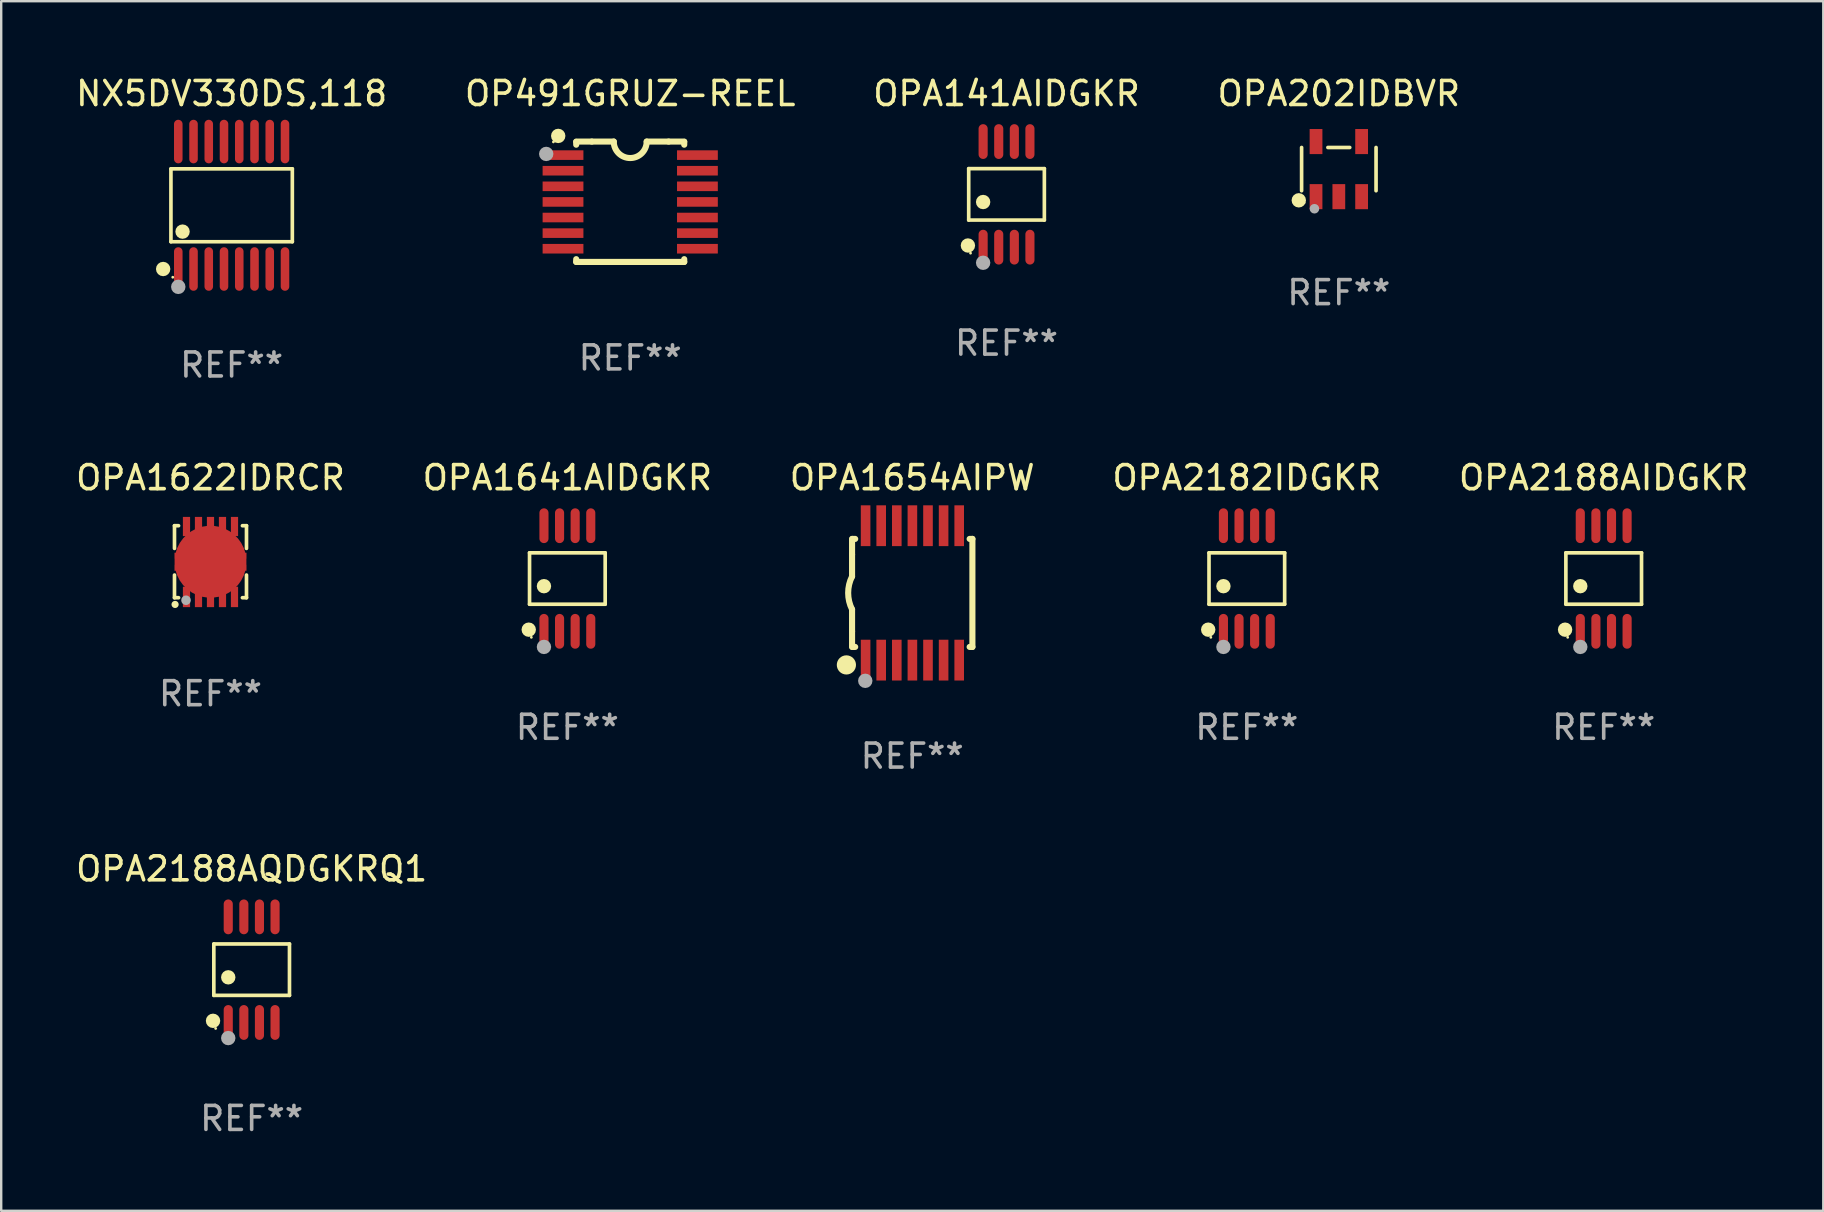
<source format=kicad_pcb>
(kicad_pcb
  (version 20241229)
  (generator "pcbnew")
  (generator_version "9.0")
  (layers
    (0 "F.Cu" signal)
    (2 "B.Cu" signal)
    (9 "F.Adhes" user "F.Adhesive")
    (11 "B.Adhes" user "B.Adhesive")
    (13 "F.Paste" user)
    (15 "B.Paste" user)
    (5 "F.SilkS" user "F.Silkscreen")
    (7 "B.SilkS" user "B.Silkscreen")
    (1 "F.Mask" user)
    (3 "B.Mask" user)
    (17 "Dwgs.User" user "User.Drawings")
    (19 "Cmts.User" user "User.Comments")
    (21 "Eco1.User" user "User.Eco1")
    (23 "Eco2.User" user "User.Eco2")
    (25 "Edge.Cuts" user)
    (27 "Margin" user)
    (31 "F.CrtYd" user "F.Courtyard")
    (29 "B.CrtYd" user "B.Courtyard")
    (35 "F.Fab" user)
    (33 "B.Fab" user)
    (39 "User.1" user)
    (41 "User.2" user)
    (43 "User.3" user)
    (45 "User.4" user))
  (footprint "OPA2188AQDGKRQ1"
    (layer "F.Cu")
    (at 7.435 37.351)
    (property "Reference" "OPA2188AQDGKRQ1" (at 0 -4.2 0) (layer "F.SilkS") (effects (font (size 1 1) (thickness 0.15))))
    (attr through_hole)
    (fp_line (start -1.576 -1.071) (end 1.576 -1.071) (stroke (width 0.152) (type solid)) (layer "F.SilkS"))
    (fp_line (start -1.576 1.071) (end -1.576 -1.071) (stroke (width 0.152) (type solid)) (layer "F.SilkS"))
    (fp_line (start 1.576 -1.071) (end 1.576 1.071) (stroke (width 0.152) (type solid)) (layer "F.SilkS"))
    (fp_line (start 1.576 1.071) (end -1.576 1.071) (stroke (width 0.152) (type solid)) (layer "F.SilkS"))
    (fp_circle (center -1.609 2.131) (end -1.459 2.131) (stroke (width 0.3) (type solid)) (fill no) (layer "F.SilkS"))
    (fp_circle (center -1.5 2.45) (end -1.47 2.45) (stroke (width 0.06) (type solid)) (fill no) (layer "F.SilkS"))
    (fp_circle (center -0.975 0.319) (end -0.825 0.319) (stroke (width 0.3) (type solid)) (fill no) (layer "F.SilkS"))
    (fp_circle (center -0.975 2.85) (end -0.825 2.85) (stroke (width 0.3) (type solid)) (fill no) (layer "F.Fab"))
    (fp_text user "REF**" (at 0 6.2 0) (layer "F.Fab") (effects (font (size 1 1) (thickness 0.15))))
    (pad "1" smd oval (at -0.975 2.2) (size 0.38 1.45) (layers "F.Cu" "F.Mask" "F.Paste"))
    (pad "2" smd oval (at -0.325 2.2) (size 0.38 1.45) (layers "F.Cu" "F.Mask" "F.Paste"))
    (pad "3" smd oval (at 0.325 2.2) (size 0.38 1.45) (layers "F.Cu" "F.Mask" "F.Paste"))
    (pad "4" smd oval (at 0.975 2.2) (size 0.38 1.45) (layers "F.Cu" "F.Mask" "F.Paste"))
    (pad "5" smd oval (at 0.975 -2.2) (size 0.38 1.45) (layers "F.Cu" "F.Mask" "F.Paste"))
    (pad "6" smd oval (at 0.325 -2.2) (size 0.38 1.45) (layers "F.Cu" "F.Mask" "F.Paste"))
    (pad "7" smd oval (at -0.325 -2.2) (size 0.38 1.45) (layers "F.Cu" "F.Mask" "F.Paste"))
    (pad "8" smd oval (at -0.975 -2.2) (size 0.38 1.45) (layers "F.Cu" "F.Mask" "F.Paste")))
  (footprint "OPA1654AIPW"
    (layer "F.Cu")
    (at 34.958 21.654)
    (property "Reference" "OPA1654AIPW" (at 0 -4.8 0) (layer "F.SilkS") (effects (font (size 1 1) (thickness 0.15))))
    (attr through_hole)
    (fp_line (start -2.507 -1.6) (end -2.507 -2.25) (stroke (width 0.254) (type solid)) (layer "F.SilkS"))
    (fp_line (start -2.507 -0.686) (end -2.507 -1.6) (stroke (width 0.254) (type solid)) (layer "F.SilkS"))
    (fp_line (start -2.507 1.6) (end -2.507 0.686) (stroke (width 0.254) (type solid)) (layer "F.SilkS"))
    (fp_line (start -2.507 1.6) (end -2.507 2.25) (stroke (width 0.254) (type solid)) (layer "F.SilkS"))
    (fp_line (start -2.493 -2.25) (end -2.377 -2.25) (stroke (width 0.254) (type solid)) (layer "F.SilkS"))
    (fp_line (start -2.377 2.25) (end -2.493 2.25) (stroke (width 0.254) (type solid)) (layer "F.SilkS"))
    (fp_line (start 2.392 -2.25) (end 2.507 -2.25) (stroke (width 0.254) (type solid)) (layer "F.SilkS"))
    (fp_line (start 2.507 -2.25) (end 2.507 2.25) (stroke (width 0.254) (type solid)) (layer "F.SilkS"))
    (fp_line (start 2.507 2.25) (end 2.392 2.25) (stroke (width 0.254) (type solid)) (layer "F.SilkS"))
    (fp_arc (start -2.507303 0.685802) (mid -2.669199 0) (end -2.507303 -0.685801) (stroke (width 0.254001) (type solid)) (layer "F.SilkS"))
    (fp_circle (center -2.743 3) (end -2.543 3) (stroke (width 0.4) (type solid)) (fill no) (layer "F.SilkS"))
    (fp_circle (center -2.493 3.2) (end -2.463 3.2) (stroke (width 0.06) (type solid)) (fill no) (layer "F.SilkS"))
    (fp_circle (center -1.957 3.662) (end -1.807 3.662) (stroke (width 0.3) (type solid)) (fill no) (layer "F.Fab"))
    (fp_text user "REF**" (at 0 6.8 0) (layer "F.Fab") (effects (font (size 1 1) (thickness 0.15))))
    (pad "1" smd rect (at -1.943 2.8) (size 0.4 1.7) (layers "F.Cu" "F.Mask" "F.Paste"))
    (pad "2" smd rect (at -1.293 2.8) (size 0.4 1.7) (layers "F.Cu" "F.Mask" "F.Paste"))
    (pad "3" smd rect (at -0.643 2.8) (size 0.4 1.7) (layers "F.Cu" "F.Mask" "F.Paste"))
    (pad "4" smd rect (at 0.007 2.8) (size 0.4 1.7) (layers "F.Cu" "F.Mask" "F.Paste"))
    (pad "5" smd rect (at 0.657 2.8) (size 0.4 1.7) (layers "F.Cu" "F.Mask" "F.Paste"))
    (pad "6" smd rect (at 1.307 2.8) (size 0.4 1.7) (layers "F.Cu" "F.Mask" "F.Paste"))
    (pad "7" smd rect (at 1.957 2.8) (size 0.4 1.7) (layers "F.Cu" "F.Mask" "F.Paste"))
    (pad "8" smd rect (at 1.957 -2.8) (size 0.4 1.7) (layers "F.Cu" "F.Mask" "F.Paste"))
    (pad "9" smd rect (at 1.307 -2.8) (size 0.4 1.7) (layers "F.Cu" "F.Mask" "F.Paste"))
    (pad "10" smd rect (at 0.657 -2.8) (size 0.4 1.7) (layers "F.Cu" "F.Mask" "F.Paste"))
    (pad "11" smd rect (at 0.007 -2.8) (size 0.4 1.7) (layers "F.Cu" "F.Mask" "F.Paste"))
    (pad "12" smd rect (at -0.643 -2.8) (size 0.4 1.7) (layers "F.Cu" "F.Mask" "F.Paste"))
    (pad "13" smd rect (at -1.293 -2.8) (size 0.4 1.7) (layers "F.Cu" "F.Mask" "F.Paste"))
    (pad "14" smd rect (at -1.943 -2.8) (size 0.4 1.7) (layers "F.Cu" "F.Mask" "F.Paste")))
  (footprint "NX5DV330DS,118"
    (layer "F.Cu")
    (at 6.601 5.503)
    (property "Reference" "NX5DV330DS,118" (at 0 -4.655 0) (layer "F.SilkS") (effects (font (size 1 1) (thickness 0.15))))
    (attr through_hole)
    (fp_line (start -2.529 -1.519) (end 2.529 -1.519) (stroke (width 0.152) (type solid)) (layer "F.SilkS"))
    (fp_line (start -2.529 1.519) (end -2.529 -1.519) (stroke (width 0.152) (type solid)) (layer "F.SilkS"))
    (fp_line (start 2.529 -1.519) (end 2.529 1.519) (stroke (width 0.152) (type solid)) (layer "F.SilkS"))
    (fp_line (start 2.529 1.519) (end -2.529 1.519) (stroke (width 0.152) (type solid)) (layer "F.SilkS"))
    (fp_circle (center -2.853 2.655) (end -2.703 2.655) (stroke (width 0.3) (type solid)) (fill no) (layer "F.SilkS"))
    (fp_circle (center -2.453 2.998) (end -2.423 2.998) (stroke (width 0.06) (type solid)) (fill no) (layer "F.SilkS"))
    (fp_circle (center -2.045 1.097) (end -1.895 1.097) (stroke (width 0.3) (type solid)) (fill no) (layer "F.SilkS"))
    (fp_circle (center -2.223 3.398) (end -2.072 3.398) (stroke (width 0.3) (type solid)) (fill no) (layer "F.Fab"))
    (fp_text user "REF**" (at 0 6.655 0) (layer "F.Fab") (effects (font (size 1 1) (thickness 0.15))))
    (pad "1" smd oval (at -2.223 2.655) (size 0.356 1.815) (layers "F.Cu" "F.Mask" "F.Paste"))
    (pad "2" smd oval (at -1.588 2.655) (size 0.356 1.815) (layers "F.Cu" "F.Mask" "F.Paste"))
    (pad "3" smd oval (at -0.953 2.655) (size 0.356 1.815) (layers "F.Cu" "F.Mask" "F.Paste"))
    (pad "4" smd oval (at -0.318 2.655) (size 0.356 1.815) (layers "F.Cu" "F.Mask" "F.Paste"))
    (pad "5" smd oval (at 0.318 2.655) (size 0.356 1.815) (layers "F.Cu" "F.Mask" "F.Paste"))
    (pad "6" smd oval (at 0.953 2.655) (size 0.356 1.815) (layers "F.Cu" "F.Mask" "F.Paste"))
    (pad "7" smd oval (at 1.588 2.655) (size 0.356 1.815) (layers "F.Cu" "F.Mask" "F.Paste"))
    (pad "8" smd oval (at 2.223 2.655) (size 0.356 1.815) (layers "F.Cu" "F.Mask" "F.Paste"))
    (pad "9" smd oval (at 2.223 -2.655) (size 0.356 1.815) (layers "F.Cu" "F.Mask" "F.Paste"))
    (pad "10" smd oval (at 1.588 -2.655) (size 0.356 1.815) (layers "F.Cu" "F.Mask" "F.Paste"))
    (pad "11" smd oval (at 0.953 -2.655) (size 0.356 1.815) (layers "F.Cu" "F.Mask" "F.Paste"))
    (pad "12" smd oval (at 0.318 -2.655) (size 0.356 1.815) (layers "F.Cu" "F.Mask" "F.Paste"))
    (pad "13" smd oval (at -0.318 -2.655) (size 0.356 1.815) (layers "F.Cu" "F.Mask" "F.Paste"))
    (pad "14" smd oval (at -0.953 -2.655) (size 0.356 1.815) (layers "F.Cu" "F.Mask" "F.Paste"))
    (pad "15" smd oval (at -1.588 -2.655) (size 0.356 1.815) (layers "F.Cu" "F.Mask" "F.Paste"))
    (pad "16" smd oval (at -2.223 -2.655) (size 0.356 1.815) (layers "F.Cu" "F.Mask" "F.Paste")))
  (footprint "OPA2188AIDGKR"
    (layer "F.Cu")
    (at 63.768 21.054)
    (property "Reference" "OPA2188AIDGKR" (at 0 -4.2 0) (layer "F.SilkS") (effects (font (size 1 1) (thickness 0.15))))
    (attr through_hole)
    (fp_line (start -1.576 -1.071) (end 1.576 -1.071) (stroke (width 0.152) (type solid)) (layer "F.SilkS"))
    (fp_line (start -1.576 1.071) (end -1.576 -1.071) (stroke (width 0.152) (type solid)) (layer "F.SilkS"))
    (fp_line (start 1.576 -1.071) (end 1.576 1.071) (stroke (width 0.152) (type solid)) (layer "F.SilkS"))
    (fp_line (start 1.576 1.071) (end -1.576 1.071) (stroke (width 0.152) (type solid)) (layer "F.SilkS"))
    (fp_circle (center -1.609 2.131) (end -1.459 2.131) (stroke (width 0.3) (type solid)) (fill no) (layer "F.SilkS"))
    (fp_circle (center -1.5 2.45) (end -1.47 2.45) (stroke (width 0.06) (type solid)) (fill no) (layer "F.SilkS"))
    (fp_circle (center -0.975 0.319) (end -0.825 0.319) (stroke (width 0.3) (type solid)) (fill no) (layer "F.SilkS"))
    (fp_circle (center -0.975 2.85) (end -0.825 2.85) (stroke (width 0.3) (type solid)) (fill no) (layer "F.Fab"))
    (fp_text user "REF**" (at 0 6.2 0) (layer "F.Fab") (effects (font (size 1 1) (thickness 0.15))))
    (pad "1" smd oval (at -0.975 2.2) (size 0.38 1.45) (layers "F.Cu" "F.Mask" "F.Paste"))
    (pad "2" smd oval (at -0.325 2.2) (size 0.38 1.45) (layers "F.Cu" "F.Mask" "F.Paste"))
    (pad "3" smd oval (at 0.325 2.2) (size 0.38 1.45) (layers "F.Cu" "F.Mask" "F.Paste"))
    (pad "4" smd oval (at 0.975 2.2) (size 0.38 1.45) (layers "F.Cu" "F.Mask" "F.Paste"))
    (pad "5" smd oval (at 0.975 -2.2) (size 0.38 1.45) (layers "F.Cu" "F.Mask" "F.Paste"))
    (pad "6" smd oval (at 0.325 -2.2) (size 0.38 1.45) (layers "F.Cu" "F.Mask" "F.Paste"))
    (pad "7" smd oval (at -0.325 -2.2) (size 0.38 1.45) (layers "F.Cu" "F.Mask" "F.Paste"))
    (pad "8" smd oval (at -0.975 -2.2) (size 0.38 1.45) (layers "F.Cu" "F.Mask" "F.Paste")))
  (footprint "OPA1622IDRCR"
    (layer "F.Cu")
    (at 5.72 20.354)
    (property "Reference" "OPA1622IDRCR" (at 0 -3.5 0) (layer "F.SilkS") (effects (font (size 1 1) (thickness 0.15))))
    (attr through_hole)
    (fp_line (start -1.5 -1.5) (end -1.33 -1.5) (stroke (width 0.152) (type solid)) (layer "F.SilkS"))
    (fp_line (start -1.5 -0.555) (end -1.5 -1.5) (stroke (width 0.152) (type solid)) (layer "F.SilkS"))
    (fp_line (start -1.5 1.5) (end -1.5 0.555) (stroke (width 0.152) (type solid)) (layer "F.SilkS"))
    (fp_line (start -1.33 1.5) (end -1.5 1.5) (stroke (width 0.152) (type solid)) (layer "F.SilkS"))
    (fp_line (start 1.33 -1.5) (end 1.5 -1.5) (stroke (width 0.152) (type solid)) (layer "F.SilkS"))
    (fp_line (start 1.5 -1.5) (end 1.5 -0.555) (stroke (width 0.152) (type solid)) (layer "F.SilkS"))
    (fp_line (start 1.5 0.555) (end 1.5 1.5) (stroke (width 0.152) (type solid)) (layer "F.SilkS"))
    (fp_line (start 1.5 1.5) (end 1.33 1.5) (stroke (width 0.152) (type solid)) (layer "F.SilkS"))
    (fp_circle (center -1.5 1.5) (end -1.47 1.5) (stroke (width 0.06) (type solid)) (fill no) (layer "F.SilkS"))
    (fp_circle (center -1.475 1.78) (end -1.4 1.78) (stroke (width 0.15) (type solid)) (fill no) (layer "F.SilkS"))
    (fp_circle (center -1.02 1.605) (end -0.92 1.605) (stroke (width 0.2) (type solid)) (fill no) (layer "F.Fab"))
    (fp_text user "REF**" (at 0 5.5 0) (layer "F.Fab") (effects (font (size 1 1) (thickness 0.15))))
    (pad "1" smd rect (at -1 1.467) (size 0.3 0.85) (layers "F.Cu" "F.Mask" "F.Paste"))
    (pad "2" smd rect (at -0.5 1.467) (size 0.3 0.85) (layers "F.Cu" "F.Mask" "F.Paste"))
    (pad "3" smd rect (at 0 1.467) (size 0.3 0.85) (layers "F.Cu" "F.Mask" "F.Paste"))
    (pad "4" smd rect (at 0.5 1.467) (size 0.3 0.85) (layers "F.Cu" "F.Mask" "F.Paste"))
    (pad "5" smd rect (at 1 1.467 180) (size 0.3 0.85) (layers "F.Cu" "F.Mask" "F.Paste"))
    (pad "6" smd rect (at 1 -1.467 180) (size 0.3 0.8) (layers "F.Cu" "F.Mask" "F.Paste"))
    (pad "7" smd rect (at 0.5 -1.467 180) (size 0.3 0.8) (layers "F.Cu" "F.Mask" "F.Paste"))
    (pad "8" smd rect (at 0 -1.467 180) (size 0.3 0.8) (layers "F.Cu" "F.Mask" "F.Paste"))
    (pad "9" smd rect (at -0.5 -1.467) (size 0.3 0.8) (layers "F.Cu" "F.Mask" "F.Paste"))
    (pad "10" smd rect (at -1 -1.467) (size 0.3 0.8) (layers "F.Cu" "F.Mask" "F.Paste"))
    (pad "11" smd custom (at 0 0) (size 3 1.65) (layers "F.Cu" "F.Mask" "F.Paste") (options (anchor circle)) (primitives (gr_poly (pts (xy -1.2 0.773) (xy -1.2 0.375) (xy -1.5 0.375) (xy -1.5 0.125) (xy -1.2 0.125) (xy -1.2 -0.125) (xy -1.5 -0.125) (xy -1.5 -0.375) (xy -1.2 -0.375) (xy -1.2 -0.825) (xy 1.2 -0.825) (xy 1.2 -0.375) (xy 1.5 -0.375) (xy 1.5 -0.125) (xy 1.2 -0.125) (xy 1.2 0.125) (xy 1.5 0.125) (xy 1.5 0.375) (xy 1.2 0.375) (xy 1.2 0.825) (xy -1.2 0.825)) (width 0) (fill yes)))))
  (footprint "OPA141AIDGKR"
    (layer "F.Cu")
    (at 38.887 5.048)
    (property "Reference" "OPA141AIDGKR" (at 0 -4.2 0) (layer "F.SilkS") (effects (font (size 1 1) (thickness 0.15))))
    (attr through_hole)
    (fp_line (start -1.576 -1.071) (end 1.576 -1.071) (stroke (width 0.152) (type solid)) (layer "F.SilkS"))
    (fp_line (start -1.576 1.071) (end -1.576 -1.071) (stroke (width 0.152) (type solid)) (layer "F.SilkS"))
    (fp_line (start 1.576 -1.071) (end 1.576 1.071) (stroke (width 0.152) (type solid)) (layer "F.SilkS"))
    (fp_line (start 1.576 1.071) (end -1.576 1.071) (stroke (width 0.152) (type solid)) (layer "F.SilkS"))
    (fp_circle (center -1.609 2.131) (end -1.459 2.131) (stroke (width 0.3) (type solid)) (fill no) (layer "F.SilkS"))
    (fp_circle (center -1.5 2.45) (end -1.47 2.45) (stroke (width 0.06) (type solid)) (fill no) (layer "F.SilkS"))
    (fp_circle (center -0.975 0.319) (end -0.825 0.319) (stroke (width 0.3) (type solid)) (fill no) (layer "F.SilkS"))
    (fp_circle (center -0.975 2.85) (end -0.825 2.85) (stroke (width 0.3) (type solid)) (fill no) (layer "F.Fab"))
    (fp_text user "REF**" (at 0 6.2 0) (layer "F.Fab") (effects (font (size 1 1) (thickness 0.15))))
    (pad "1" smd oval (at -0.975 2.2) (size 0.38 1.45) (layers "F.Cu" "F.Mask" "F.Paste"))
    (pad "2" smd oval (at -0.325 2.2) (size 0.38 1.45) (layers "F.Cu" "F.Mask" "F.Paste"))
    (pad "3" smd oval (at 0.325 2.2) (size 0.38 1.45) (layers "F.Cu" "F.Mask" "F.Paste"))
    (pad "4" smd oval (at 0.975 2.2) (size 0.38 1.45) (layers "F.Cu" "F.Mask" "F.Paste"))
    (pad "5" smd oval (at 0.975 -2.2) (size 0.38 1.45) (layers "F.Cu" "F.Mask" "F.Paste"))
    (pad "6" smd oval (at 0.325 -2.2) (size 0.38 1.45) (layers "F.Cu" "F.Mask" "F.Paste"))
    (pad "7" smd oval (at -0.325 -2.2) (size 0.38 1.45) (layers "F.Cu" "F.Mask" "F.Paste"))
    (pad "8" smd oval (at -0.975 -2.2) (size 0.38 1.45) (layers "F.Cu" "F.Mask" "F.Paste")))
  (footprint "OPA202IDBVR"
    (layer "F.Cu")
    (at 52.732 3.996)
    (property "Reference" "OPA202IDBVR" (at 0 -3.148 0) (layer "F.SilkS") (effects (font (size 1 1) (thickness 0.15))))
    (attr through_hole)
    (fp_line (start -1.551 0.901) (end -1.551 -0.901) (stroke (width 0.152) (type solid)) (layer "F.SilkS"))
    (fp_line (start 0.455 -0.901) (end -0.455 -0.901) (stroke (width 0.152) (type solid)) (layer "F.SilkS"))
    (fp_line (start 1.551 0.901) (end 1.551 -0.901) (stroke (width 0.152) (type solid)) (layer "F.SilkS"))
    (fp_circle (center -1.668 1.3) (end -1.518 1.3) (stroke (width 0.3) (type solid)) (fill no) (layer "F.SilkS"))
    (fp_circle (center -1.45 1.4) (end -1.42 1.4) (stroke (width 0.06) (type solid)) (fill no) (layer "F.SilkS"))
    (fp_circle (center -1.016 1.651) (end -0.916 1.651) (stroke (width 0.2) (type solid)) (fill no) (layer "F.Fab"))
    (fp_text user "REF**" (at 0 5.148 0) (layer "F.Fab") (effects (font (size 1 1) (thickness 0.15))))
    (pad "1" smd rect (at -0.95 1.148) (size 0.532 1.045) (layers "F.Cu" "F.Mask" "F.Paste"))
    (pad "2" smd rect (at 0 1.148) (size 0.532 1.045) (layers "F.Cu" "F.Mask" "F.Paste"))
    (pad "3" smd rect (at 0.95 1.148) (size 0.532 1.045) (layers "F.Cu" "F.Mask" "F.Paste"))
    (pad "4" smd rect (at 0.95 -1.148) (size 0.532 1.045) (layers "F.Cu" "F.Mask" "F.Paste"))
    (pad "5" smd rect (at -0.95 -1.148) (size 0.532 1.045) (layers "F.Cu" "F.Mask" "F.Paste")))
  (footprint "OPA2182IDGKR"
    (layer "F.Cu")
    (at 48.899 21.054)
    (property "Reference" "OPA2182IDGKR" (at 0 -4.2 0) (layer "F.SilkS") (effects (font (size 1 1) (thickness 0.15))))
    (attr through_hole)
    (fp_line (start -1.576 -1.071) (end 1.576 -1.071) (stroke (width 0.152) (type solid)) (layer "F.SilkS"))
    (fp_line (start -1.576 1.071) (end -1.576 -1.071) (stroke (width 0.152) (type solid)) (layer "F.SilkS"))
    (fp_line (start 1.576 -1.071) (end 1.576 1.071) (stroke (width 0.152) (type solid)) (layer "F.SilkS"))
    (fp_line (start 1.576 1.071) (end -1.576 1.071) (stroke (width 0.152) (type solid)) (layer "F.SilkS"))
    (fp_circle (center -1.609 2.131) (end -1.459 2.131) (stroke (width 0.3) (type solid)) (fill no) (layer "F.SilkS"))
    (fp_circle (center -1.5 2.45) (end -1.47 2.45) (stroke (width 0.06) (type solid)) (fill no) (layer "F.SilkS"))
    (fp_circle (center -0.975 0.319) (end -0.825 0.319) (stroke (width 0.3) (type solid)) (fill no) (layer "F.SilkS"))
    (fp_circle (center -0.975 2.85) (end -0.825 2.85) (stroke (width 0.3) (type solid)) (fill no) (layer "F.Fab"))
    (fp_text user "REF**" (at 0 6.2 0) (layer "F.Fab") (effects (font (size 1 1) (thickness 0.15))))
    (pad "1" smd oval (at -0.975 2.2) (size 0.38 1.45) (layers "F.Cu" "F.Mask" "F.Paste"))
    (pad "2" smd oval (at -0.325 2.2) (size 0.38 1.45) (layers "F.Cu" "F.Mask" "F.Paste"))
    (pad "3" smd oval (at 0.325 2.2) (size 0.38 1.45) (layers "F.Cu" "F.Mask" "F.Paste"))
    (pad "4" smd oval (at 0.975 2.2) (size 0.38 1.45) (layers "F.Cu" "F.Mask" "F.Paste"))
    (pad "5" smd oval (at 0.975 -2.2) (size 0.38 1.45) (layers "F.Cu" "F.Mask" "F.Paste"))
    (pad "6" smd oval (at 0.325 -2.2) (size 0.38 1.45) (layers "F.Cu" "F.Mask" "F.Paste"))
    (pad "7" smd oval (at -0.325 -2.2) (size 0.38 1.45) (layers "F.Cu" "F.Mask" "F.Paste"))
    (pad "8" smd oval (at -0.975 -2.2) (size 0.38 1.45) (layers "F.Cu" "F.Mask" "F.Paste")))
  (footprint "OP491GRUZ-REEL"
    (layer "F.Cu")
    (at 23.208 5.356)
    (property "Reference" "OP491GRUZ-REEL" (at 0 -4.507 0) (layer "F.SilkS") (effects (font (size 1 1) (thickness 0.15))))
    (attr through_hole)
    (fp_line (start -2.25 -2.377) (end -2.25 -2.493) (stroke (width 0.254) (type solid)) (layer "F.SilkS"))
    (fp_line (start -2.25 2.507) (end -2.25 2.392) (stroke (width 0.254) (type solid)) (layer "F.SilkS"))
    (fp_line (start -1.6 -2.507) (end -2.25 -2.507) (stroke (width 0.254) (type solid)) (layer "F.SilkS"))
    (fp_line (start -1.6 -2.507) (end -0.686 -2.507) (stroke (width 0.254) (type solid)) (layer "F.SilkS"))
    (fp_line (start 0.686 -2.507) (end 1.6 -2.507) (stroke (width 0.254) (type solid)) (layer "F.SilkS"))
    (fp_line (start 1.6 -2.507) (end 2.25 -2.507) (stroke (width 0.254) (type solid)) (layer "F.SilkS"))
    (fp_line (start 2.25 -2.493) (end 2.25 -2.377) (stroke (width 0.254) (type solid)) (layer "F.SilkS"))
    (fp_line (start 2.25 2.392) (end 2.25 2.507) (stroke (width 0.254) (type solid)) (layer "F.SilkS"))
    (fp_line (start 2.25 2.507) (end -2.25 2.507) (stroke (width 0.254) (type solid)) (layer "F.SilkS"))
    (fp_arc (start 0.685852 -2.507303) (mid 0.000051 -1.821502) (end -0.68575 -2.507303) (stroke (width 0.254001) (type solid)) (layer "F.SilkS"))
    (fp_circle (center -3.2 -2.493) (end -3.17 -2.493) (stroke (width 0.06) (type solid)) (fill no) (layer "F.SilkS"))
    (fp_circle (center -3 -2.743) (end -2.85 -2.743) (stroke (width 0.3) (type solid)) (fill no) (layer "F.SilkS"))
    (fp_circle (center -3.5 -1.993) (end -3.35 -1.993) (stroke (width 0.3) (type solid)) (fill no) (layer "F.Fab"))
    (fp_text user "REF**" (at 0 6.507 0) (layer "F.Fab") (effects (font (size 1 1) (thickness 0.15))))
    (pad "1" smd rect (at -2.8 -1.943) (size 1.7 0.4) (layers "F.Cu" "F.Mask" "F.Paste"))
    (pad "2" smd rect (at -2.8 -1.293) (size 1.7 0.4) (layers "F.Cu" "F.Mask" "F.Paste"))
    (pad "3" smd rect (at -2.8 -0.643) (size 1.7 0.4) (layers "F.Cu" "F.Mask" "F.Paste"))
    (pad "4" smd rect (at -2.8 0.007) (size 1.7 0.4) (layers "F.Cu" "F.Mask" "F.Paste"))
    (pad "5" smd rect (at -2.8 0.657) (size 1.7 0.4) (layers "F.Cu" "F.Mask" "F.Paste"))
    (pad "6" smd rect (at -2.8 1.307) (size 1.7 0.4) (layers "F.Cu" "F.Mask" "F.Paste"))
    (pad "7" smd rect (at -2.8 1.957) (size 1.7 0.4) (layers "F.Cu" "F.Mask" "F.Paste"))
    (pad "8" smd rect (at 2.8 1.957) (size 1.7 0.4) (layers "F.Cu" "F.Mask" "F.Paste"))
    (pad "9" smd rect (at 2.8 1.307) (size 1.7 0.4) (layers "F.Cu" "F.Mask" "F.Paste"))
    (pad "10" smd rect (at 2.8 0.657) (size 1.7 0.4) (layers "F.Cu" "F.Mask" "F.Paste"))
    (pad "11" smd rect (at 2.8 0.007) (size 1.7 0.4) (layers "F.Cu" "F.Mask" "F.Paste"))
    (pad "12" smd rect (at 2.8 -0.643) (size 1.7 0.4) (layers "F.Cu" "F.Mask" "F.Paste"))
    (pad "13" smd rect (at 2.8 -1.293) (size 1.7 0.4) (layers "F.Cu" "F.Mask" "F.Paste"))
    (pad "14" smd rect (at 2.8 -1.943) (size 1.7 0.4) (layers "F.Cu" "F.Mask" "F.Paste")))
  (footprint "OPA1641AIDGKR"
    (layer "F.Cu")
    (at 20.589 21.054)
    (property "Reference" "OPA1641AIDGKR" (at 0 -4.2 0) (layer "F.SilkS") (effects (font (size 1 1) (thickness 0.15))))
    (attr through_hole)
    (fp_line (start -1.576 -1.071) (end 1.576 -1.071) (stroke (width 0.152) (type solid)) (layer "F.SilkS"))
    (fp_line (start -1.576 1.071) (end -1.576 -1.071) (stroke (width 0.152) (type solid)) (layer "F.SilkS"))
    (fp_line (start 1.576 -1.071) (end 1.576 1.071) (stroke (width 0.152) (type solid)) (layer "F.SilkS"))
    (fp_line (start 1.576 1.071) (end -1.576 1.071) (stroke (width 0.152) (type solid)) (layer "F.SilkS"))
    (fp_circle (center -1.609 2.131) (end -1.459 2.131) (stroke (width 0.3) (type solid)) (fill no) (layer "F.SilkS"))
    (fp_circle (center -1.5 2.45) (end -1.47 2.45) (stroke (width 0.06) (type solid)) (fill no) (layer "F.SilkS"))
    (fp_circle (center -0.975 0.319) (end -0.825 0.319) (stroke (width 0.3) (type solid)) (fill no) (layer "F.SilkS"))
    (fp_circle (center -0.975 2.85) (end -0.825 2.85) (stroke (width 0.3) (type solid)) (fill no) (layer "F.Fab"))
    (fp_text user "REF**" (at 0 6.2 0) (layer "F.Fab") (effects (font (size 1 1) (thickness 0.15))))
    (pad "1" smd oval (at -0.975 2.2) (size 0.38 1.45) (layers "F.Cu" "F.Mask" "F.Paste"))
    (pad "2" smd oval (at -0.325 2.2) (size 0.38 1.45) (layers "F.Cu" "F.Mask" "F.Paste"))
    (pad "3" smd oval (at 0.325 2.2) (size 0.38 1.45) (layers "F.Cu" "F.Mask" "F.Paste"))
    (pad "4" smd oval (at 0.975 2.2) (size 0.38 1.45) (layers "F.Cu" "F.Mask" "F.Paste"))
    (pad "5" smd oval (at 0.975 -2.2) (size 0.38 1.45) (layers "F.Cu" "F.Mask" "F.Paste"))
    (pad "6" smd oval (at 0.325 -2.2) (size 0.38 1.45) (layers "F.Cu" "F.Mask" "F.Paste"))
    (pad "7" smd oval (at -0.325 -2.2) (size 0.38 1.45) (layers "F.Cu" "F.Mask" "F.Paste"))
    (pad "8" smd oval (at -0.975 -2.2) (size 0.38 1.45) (layers "F.Cu" "F.Mask" "F.Paste")))
  (gr_rect
    (start -3 -3)
    (end 72.917 47.399)
    (stroke (width 0.1) (type default))
    (fill no)
    (layer "Edge.Cuts")))
</source>
